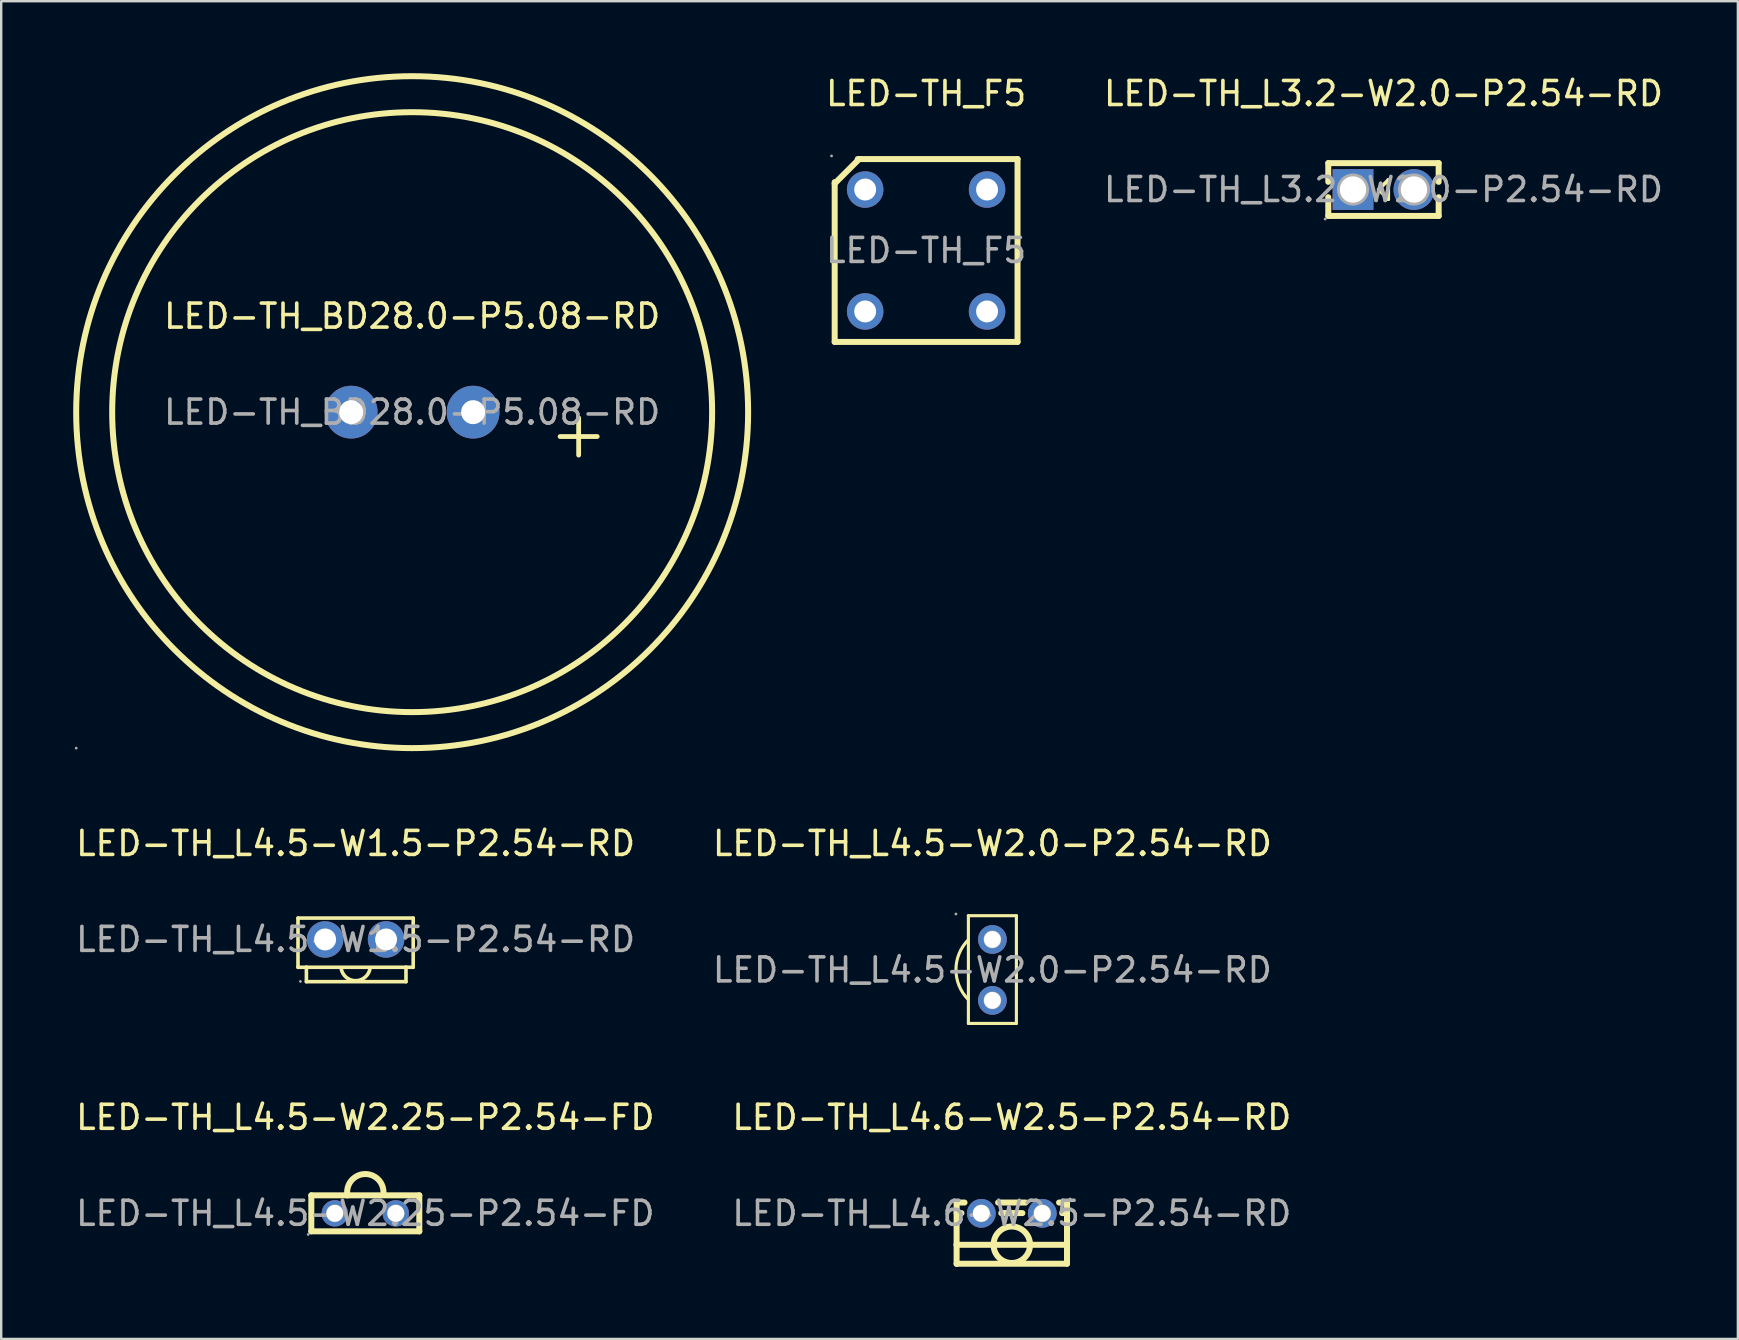
<source format=kicad_pcb>
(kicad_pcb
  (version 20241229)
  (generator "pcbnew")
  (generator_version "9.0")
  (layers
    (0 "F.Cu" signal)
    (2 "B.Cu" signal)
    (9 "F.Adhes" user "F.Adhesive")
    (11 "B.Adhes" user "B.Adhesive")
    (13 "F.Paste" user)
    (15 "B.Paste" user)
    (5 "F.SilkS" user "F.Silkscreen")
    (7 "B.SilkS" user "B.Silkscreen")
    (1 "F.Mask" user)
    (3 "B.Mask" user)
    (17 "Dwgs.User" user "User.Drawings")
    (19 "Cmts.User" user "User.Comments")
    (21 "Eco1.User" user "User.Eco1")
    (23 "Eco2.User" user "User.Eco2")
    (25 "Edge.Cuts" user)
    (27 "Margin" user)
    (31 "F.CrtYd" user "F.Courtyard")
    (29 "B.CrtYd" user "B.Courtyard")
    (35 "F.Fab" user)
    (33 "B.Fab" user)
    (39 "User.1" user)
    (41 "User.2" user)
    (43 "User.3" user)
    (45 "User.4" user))
  (footprint "LED-TH_L3.2-W2.0-P2.54-RD"
    (layer "F.Cu")
    (at 54.601 4.848)
    (property "Reference" "LED-TH_L3.2-W2.0-P2.54-RD" (at 0 -4 0) (layer "F.SilkS") (effects (font (size 1 1) (thickness 0.15))))
    (attr through_hole)
    (fp_line (start -2.3 -1.1) (end -2.3 -0.32) (stroke (width 0.25) (type solid)) (layer "F.SilkS"))
    (fp_line (start -2.3 -1.1) (end 2.3 -1.1) (stroke (width 0.25) (type solid)) (layer "F.SilkS"))
    (fp_line (start -2.3 0.32) (end -2.3 1.1) (stroke (width 0.25) (type solid)) (layer "F.SilkS"))
    (fp_line (start -2.3 1.1) (end 2.3 1.1) (stroke (width 0.25) (type solid)) (layer "F.SilkS"))
    (fp_line (start -0.2 0) (end -0.2 0) (stroke (width 0.15) (type solid)) (layer "F.SilkS"))
    (fp_line (start -0.2 0) (end 0.2 -0.4) (stroke (width 0.15) (type solid)) (layer "F.SilkS"))
    (fp_line (start 0.2 0.4) (end -0.2 0) (stroke (width 0.15) (type solid)) (layer "F.SilkS"))
    (fp_line (start 0.2 0.4) (end 0.2 -0.4) (stroke (width 0.15) (type solid)) (layer "F.SilkS"))
    (fp_line (start 0.2 0.4) (end 0.2 0.4) (stroke (width 0.15) (type solid)) (layer "F.SilkS"))
    (fp_line (start 2.3 -1.1) (end 2.3 -0.32) (stroke (width 0.25) (type solid)) (layer "F.SilkS"))
    (fp_line (start 2.3 0.32) (end 2.3 1.1) (stroke (width 0.25) (type solid)) (layer "F.SilkS"))
    (fp_circle (center -2.43 1.23) (end -2.4 1.23) (stroke (width 0.06) (type solid)) (fill no) (layer "F.Fab"))
    (fp_circle (center -1.27 0) (end -1.05 0) (stroke (width 0.45) (type solid)) (fill no) (layer "F.Fab"))
    (fp_circle (center 1.27 0) (end 1.49 0) (stroke (width 0.45) (type solid)) (fill no) (layer "F.Fab"))
    (fp_text user "${REFERENCE}" (at 0 0 0) (layer "F.Fab") (effects (font (size 1 1) (thickness 0.15))))
    (pad "1" thru_hole rect (at -1.27 0) (size 1.7 1.7) (drill 1.1) (layers "*.Cu" "*.Paste" "*.Mask"))
    (pad "2" thru_hole circle (at 1.27 0) (size 1.7 1.7) (drill 1.1) (layers "*.Cu" "*.Paste" "*.Mask")))
  (footprint "LED-TH_L4.5-W2.25-P2.54-FD"
    (layer "F.Cu")
    (at 12.173 47.511)
    (property "Reference" "LED-TH_L4.5-W2.25-P2.54-FD" (at 0 -4 0) (layer "F.SilkS") (effects (font (size 1 1) (thickness 0.15))))
    (attr through_hole)
    (fp_line (start -2.25 -0.75) (end 2.25 -0.75) (stroke (width 0.25) (type solid)) (layer "F.SilkS"))
    (fp_line (start -2.25 0.75) (end -2.25 -0.75) (stroke (width 0.25) (type solid)) (layer "F.SilkS"))
    (fp_line (start 2.25 -0.75) (end 2.25 0.75) (stroke (width 0.25) (type solid)) (layer "F.SilkS"))
    (fp_line (start 2.25 0.75) (end -2.25 0.75) (stroke (width 0.25) (type solid)) (layer "F.SilkS"))
    (fp_arc (start -0.746029 -0.745686) (mid -0.012318 -1.637923) (end 0.75 -0.77) (stroke (width 0.25) (type solid)) (layer "F.SilkS"))
    (fp_circle (center -2.38 0.88) (end -2.35 0.88) (stroke (width 0.06) (type solid)) (fill no) (layer "F.Fab"))
    (fp_circle (center -1.27 0) (end -1.15 0) (stroke (width 0.25) (type solid)) (fill no) (layer "F.Fab"))
    (fp_circle (center 1.27 0) (end 1.39 0) (stroke (width 0.25) (type solid)) (fill no) (layer "F.Fab"))
    (fp_text user "${REFERENCE}" (at 0 0 0) (layer "F.Fab") (effects (font (size 1 1) (thickness 0.15))))
    (pad "1" thru_hole circle (at -1.27 0 180) (size 1.1 1.1) (drill 0.7) (layers "*.Cu" "*.Paste" "*.Mask"))
    (pad "2" thru_hole circle (at 1.27 0 180) (size 1.1 1.1) (drill 0.7) (layers "*.Cu" "*.Paste" "*.Mask")))
  (footprint "LED-TH_L4.6-W2.5-P2.54-RD"
    (layer "F.Cu")
    (at 39.113 47.511)
    (property "Reference" "LED-TH_L4.6-W2.5-P2.54-RD" (at 0 -4 0) (layer "F.SilkS") (effects (font (size 1 1) (thickness 0.15))))
    (attr through_hole)
    (fp_line (start -2.3 -0.45) (end -1.97 -0.45) (stroke (width 0.25) (type solid)) (layer "F.SilkS"))
    (fp_line (start -2.3 -0.01) (end -2.1 -0.01) (stroke (width 0.25) (type solid)) (layer "F.SilkS"))
    (fp_line (start -2.3 1.31) (end -2.3 -0.45) (stroke (width 0.25) (type solid)) (layer "F.SilkS"))
    (fp_line (start -2.3 1.31) (end -2.3 2.11) (stroke (width 0.25) (type solid)) (layer "F.SilkS"))
    (fp_line (start -0.57 -0.45) (end 0.57 -0.45) (stroke (width 0.25) (type solid)) (layer "F.SilkS"))
    (fp_line (start -0.44 -0.01) (end 0.44 -0.01) (stroke (width 0.25) (type solid)) (layer "F.SilkS"))
    (fp_line (start 1.97 -0.45) (end 2.3 -0.45) (stroke (width 0.25) (type solid)) (layer "F.SilkS"))
    (fp_line (start 2.1 -0.01) (end 2.3 -0.01) (stroke (width 0.25) (type solid)) (layer "F.SilkS"))
    (fp_line (start 2.3 -0.47) (end 2.3 1.3) (stroke (width 0.25) (type solid)) (layer "F.SilkS"))
    (fp_line (start 2.3 1.3) (end 2.3 2.1) (stroke (width 0.25) (type solid)) (layer "F.SilkS"))
    (fp_line (start 2.3 1.31) (end -2.3 1.31) (stroke (width 0.25) (type solid)) (layer "F.SilkS"))
    (fp_line (start 2.3 2.1) (end -2.3 2.1) (stroke (width 0.25) (type solid)) (layer "F.SilkS"))
    (fp_arc (start -0.759884 1.296736) (mid 0.759971 1.316632) (end -0.76 1.31) (stroke (width 0.25) (type solid)) (layer "F.SilkS"))
    (fp_circle (center -1.27 0) (end -1.15 0) (stroke (width 0.25) (type solid)) (fill no) (layer "F.Fab"))
    (fp_circle (center 1.27 0) (end 1.39 0) (stroke (width 0.25) (type solid)) (fill no) (layer "F.Fab"))
    (fp_circle (center 2.43 -0.6) (end 2.46 -0.6) (stroke (width 0.06) (type solid)) (fill no) (layer "F.Fab"))
    (fp_text user "${REFERENCE}" (at 0 0 0) (layer "F.Fab") (effects (font (size 1 1) (thickness 0.15))))
    (pad "1" thru_hole circle (at 1.27 0 180) (size 1.2 1.2) (drill 0.7) (layers "*.Cu" "*.Paste" "*.Mask"))
    (pad "2" thru_hole circle (at -1.27 0 180) (size 1.2 1.2) (drill 0.7) (layers "*.Cu" "*.Paste" "*.Mask")))
  (footprint "LED-TH_L4.5-W2.0-P2.54-RD"
    (layer "F.Cu")
    (at 38.304 37.368)
    (property "Reference" "LED-TH_L4.5-W2.0-P2.54-RD" (at 0 -5.27 0) (layer "F.SilkS") (effects (font (size 1 1) (thickness 0.15))))
    (attr through_hole)
    (fp_line (start -1 -2.26) (end 1 -2.26) (stroke (width 0.13) (type solid)) (layer "F.SilkS"))
    (fp_line (start -1 2.23) (end -1 -2.26) (stroke (width 0.13) (type solid)) (layer "F.SilkS"))
    (fp_line (start 1 -2.26) (end 1 2.23) (stroke (width 0.13) (type solid)) (layer "F.SilkS"))
    (fp_line (start 1 2.23) (end -1 2.23) (stroke (width 0.13) (type solid)) (layer "F.SilkS"))
    (fp_arc (start -1 1.24) (mid -1.517766 -0.00784) (end -1.003051 -1.256942) (stroke (width 0.13) (type solid)) (layer "F.SilkS"))
    (fp_circle (center -1.52 -2.33) (end -1.49 -2.33) (stroke (width 0.06) (type solid)) (fill no) (layer "F.Fab"))
    (fp_circle (center 0 -1.27) (end 0.12 -1.27) (stroke (width 0.25) (type solid)) (fill no) (layer "F.Fab"))
    (fp_circle (center 0 1.27) (end 0.12 1.27) (stroke (width 0.25) (type solid)) (fill no) (layer "F.Fab"))
    (fp_text user "${REFERENCE}" (at 0 0 0) (layer "F.Fab") (effects (font (size 1 1) (thickness 0.15))))
    (pad "1" thru_hole circle (at 0 -1.27 90) (size 1.2 1.2) (drill 0.7) (layers "*.Cu" "*.Paste" "*.Mask"))
    (pad "2" thru_hole circle (at 0 1.27 90) (size 1.2 1.2) (drill 0.7) (layers "*.Cu" "*.Paste" "*.Mask")))
  (footprint "LED-TH_L4.5-W1.5-P2.54-RD"
    (layer "F.Cu")
    (at 11.768 36.098)
    (property "Reference" "LED-TH_L4.5-W1.5-P2.54-RD" (at 0 -4 0) (layer "F.SilkS") (effects (font (size 1 1) (thickness 0.15))))
    (attr through_hole)
    (fp_line (start -2.4 -0.89) (end -2.4 1.16) (stroke (width 0.15) (type solid)) (layer "F.SilkS"))
    (fp_line (start -2.4 1.16) (end -2.05 1.16) (stroke (width 0.15) (type solid)) (layer "F.SilkS"))
    (fp_line (start -2.05 1.16) (end -2.05 1.76) (stroke (width 0.15) (type solid)) (layer "F.SilkS"))
    (fp_line (start -2.05 1.16) (end 2.1 1.16) (stroke (width 0.15) (type solid)) (layer "F.SilkS"))
    (fp_line (start -2.05 1.76) (end 2.1 1.76) (stroke (width 0.15) (type solid)) (layer "F.SilkS"))
    (fp_line (start 2.1 1.16) (end 2.4 1.16) (stroke (width 0.15) (type solid)) (layer "F.SilkS"))
    (fp_line (start 2.1 1.76) (end 2.1 1.16) (stroke (width 0.15) (type solid)) (layer "F.SilkS"))
    (fp_line (start 2.4 -0.89) (end -2.4 -0.89) (stroke (width 0.15) (type solid)) (layer "F.SilkS"))
    (fp_line (start 2.4 1.16) (end 2.4 -0.89) (stroke (width 0.15) (type solid)) (layer "F.SilkS"))
    (fp_arc (start 0.6 1.22) (mid 0.000012 1.72) (end -0.599996 1.220024) (stroke (width 0.15) (type solid)) (layer "F.SilkS"))
    (fp_circle (center -2.3 1.75) (end -2.27 1.75) (stroke (width 0.06) (type solid)) (fill no) (layer "F.Fab"))
    (fp_text user "${REFERENCE}" (at 0 0 0) (layer "F.Fab") (effects (font (size 1 1) (thickness 0.15))))
    (pad "1" thru_hole circle (at -1.27 0) (size 1.52 1.52) (drill 0.914) (layers "*.Cu" "*.Paste" "*.Mask"))
    (pad "2" thru_hole circle (at 1.27 0) (size 1.52 1.52) (drill 0.914) (layers "*.Cu" "*.Paste" "*.Mask")))
  (footprint "LED-TH_BD28.0-P5.08-RD"
    (layer "F.Cu")
    (at 14.125 14.125)
    (property "Reference" "LED-TH_BD28.0-P5.08-RD" (at 0 -4 0) (layer "F.SilkS") (effects (font (size 1 1) (thickness 0.15))))
    (attr through_hole)
    (fp_circle (center 0 0) (end 12.5 0) (stroke (width 0.25) (type solid)) (fill no) (layer "F.SilkS"))
    (fp_circle (center 0 0) (end 14 0) (stroke (width 0.25) (type solid)) (fill no) (layer "F.SilkS"))
    (fp_circle (center -14 14) (end -13.97 14) (stroke (width 0.06) (type solid)) (fill no) (layer "F.Fab"))
    (fp_circle (center -2.54 0) (end -2.41 0) (stroke (width 0.25) (type solid)) (fill no) (layer "F.Fab"))
    (fp_circle (center 2.54 0) (end 2.67 0) (stroke (width 0.25) (type solid)) (fill no) (layer "F.Fab"))
    (fp_text user "+" (at 5.55 0.86 0) (layer "F.SilkS") (effects (font (size 2.03 2.03) (thickness 0.2)) (justify left)))
    (fp_text user "${REFERENCE}" (at 0 0 0) (layer "F.Fab") (effects (font (size 1 1) (thickness 0.15))))
    (pad "1" thru_hole circle (at -2.54 0) (size 2.2 2.2) (drill 1) (layers "*.Cu" "*.Paste" "*.Mask"))
    (pad "2" thru_hole circle (at 2.54 0) (size 2.2 2.2) (drill 1) (layers "*.Cu" "*.Paste" "*.Mask")))
  (footprint "LED-TH_F5"
    (layer "F.Cu")
    (at 35.542 7.388)
    (property "Reference" "LED-TH_F5" (at 0 -6.54 0) (layer "F.SilkS") (effects (font (size 1 1) (thickness 0.15))))
    (attr through_hole)
    (fp_line (start -3.81 -2.79) (end -2.79 -3.81) (stroke (width 0.25) (type solid)) (layer "F.SilkS"))
    (fp_line (start -3.81 3.81) (end -3.81 -2.85) (stroke (width 0.25) (type solid)) (layer "F.SilkS"))
    (fp_line (start -2.85 -3.81) (end 3.81 -3.81) (stroke (width 0.25) (type solid)) (layer "F.SilkS"))
    (fp_line (start 3.81 -3.81) (end 3.81 3.81) (stroke (width 0.25) (type solid)) (layer "F.SilkS"))
    (fp_line (start 3.81 3.81) (end -3.81 3.81) (stroke (width 0.25) (type solid)) (layer "F.SilkS"))
    (fp_circle (center -3.94 -3.94) (end -3.91 -3.94) (stroke (width 0.06) (type solid)) (fill no) (layer "F.Fab"))
    (fp_circle (center -2.54 -2.54) (end -2.36 -2.54) (stroke (width 0.36) (type solid)) (fill no) (layer "F.Fab"))
    (fp_circle (center -2.54 2.54) (end -2.36 2.54) (stroke (width 0.36) (type solid)) (fill no) (layer "F.Fab"))
    (fp_circle (center 2.54 -2.54) (end 2.72 -2.54) (stroke (width 0.36) (type solid)) (fill no) (layer "F.Fab"))
    (fp_circle (center 2.54 2.54) (end 2.72 2.54) (stroke (width 0.36) (type solid)) (fill no) (layer "F.Fab"))
    (fp_text user "${REFERENCE}" (at 0 0 0) (layer "F.Fab") (effects (font (size 1 1) (thickness 0.15))))
    (pad "1" thru_hole circle (at -2.54 -2.54) (size 1.52 1.52) (drill 0.914) (layers "*.Cu" "*.Paste" "*.Mask"))
    (pad "2" thru_hole circle (at 2.54 -2.54) (size 1.52 1.52) (drill 0.914) (layers "*.Cu" "*.Paste" "*.Mask"))
    (pad "3" thru_hole circle (at 2.54 2.54) (size 1.52 1.52) (drill 0.914) (layers "*.Cu" "*.Paste" "*.Mask"))
    (pad "4" thru_hole circle (at -2.54 2.54) (size 1.52 1.52) (drill 0.914) (layers "*.Cu" "*.Paste" "*.Mask")))
  (gr_rect
    (start -3 -3)
    (end 69.369 52.746)
    (stroke (width 0.1) (type default))
    (fill no)
    (layer "Edge.Cuts")))
</source>
